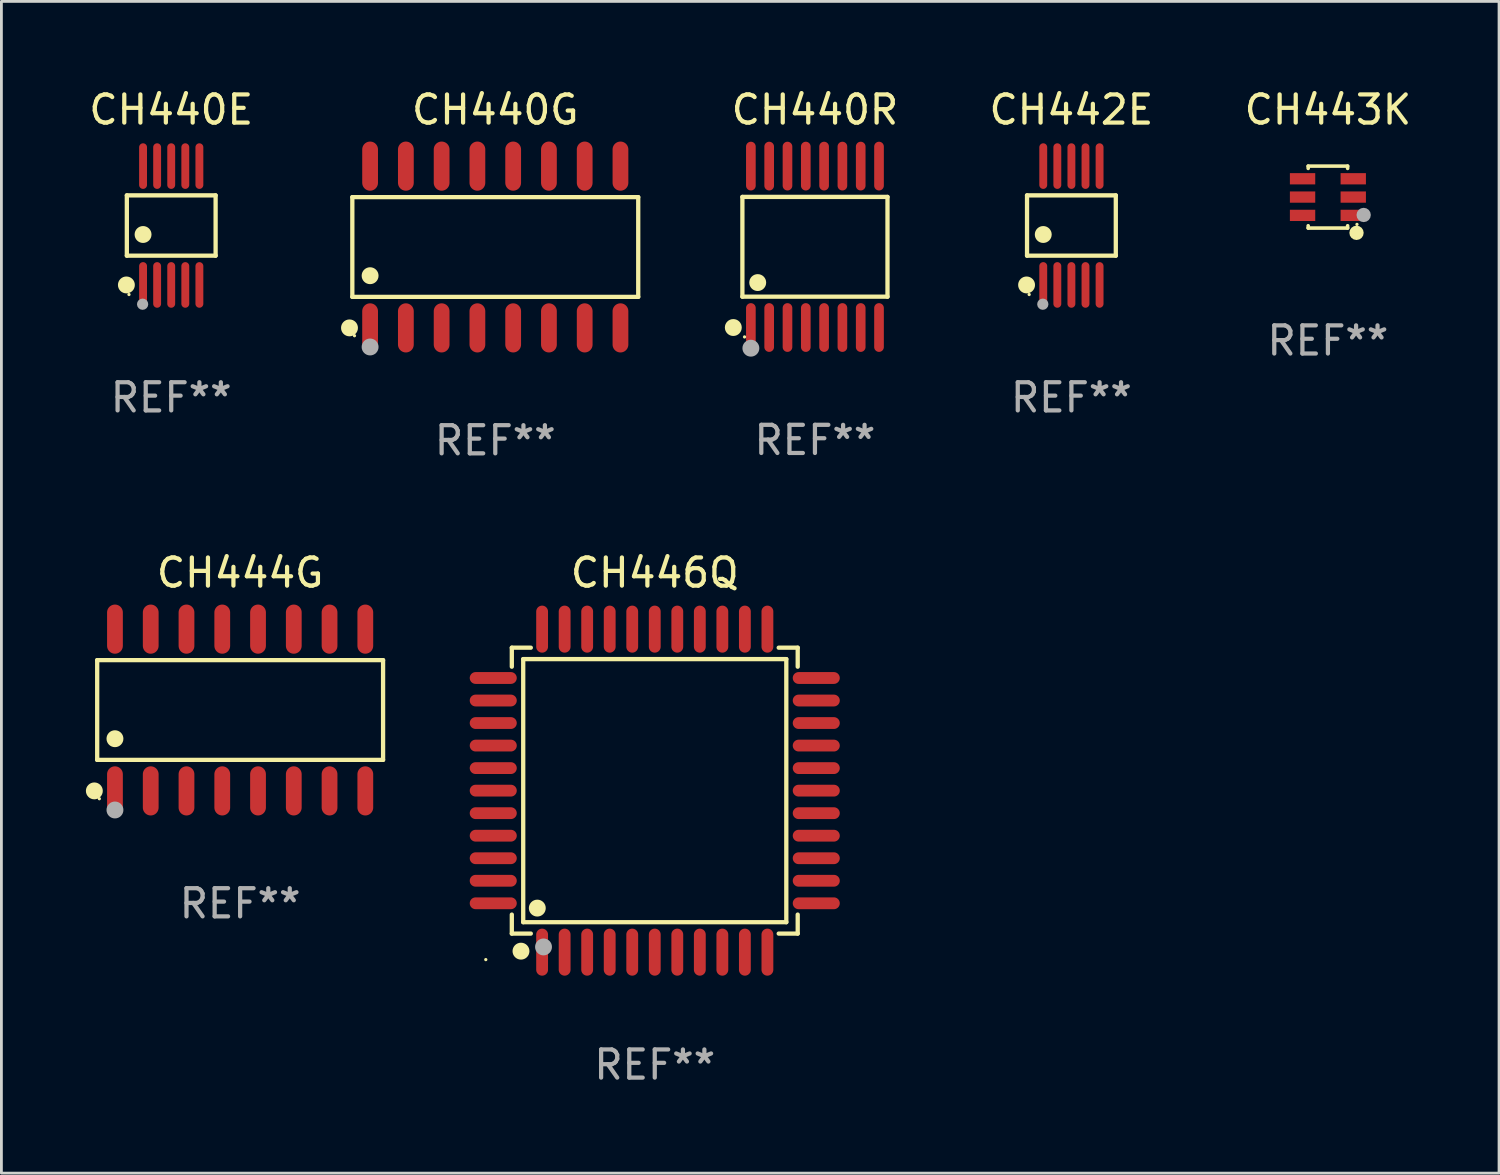
<source format=kicad_pcb>
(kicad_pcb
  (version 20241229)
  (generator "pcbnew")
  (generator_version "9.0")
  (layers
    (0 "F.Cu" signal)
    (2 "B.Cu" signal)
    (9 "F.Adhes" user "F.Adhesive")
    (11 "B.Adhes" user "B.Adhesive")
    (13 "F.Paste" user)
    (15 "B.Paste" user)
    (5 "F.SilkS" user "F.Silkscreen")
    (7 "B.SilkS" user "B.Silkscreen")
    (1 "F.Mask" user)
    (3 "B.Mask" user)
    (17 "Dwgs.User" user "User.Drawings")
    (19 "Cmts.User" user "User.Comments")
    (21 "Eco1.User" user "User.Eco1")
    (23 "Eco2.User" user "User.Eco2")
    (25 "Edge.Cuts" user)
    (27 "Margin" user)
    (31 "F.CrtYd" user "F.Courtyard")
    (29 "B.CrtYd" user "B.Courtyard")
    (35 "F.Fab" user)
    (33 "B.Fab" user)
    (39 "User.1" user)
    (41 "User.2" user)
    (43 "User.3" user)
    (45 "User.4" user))
  (footprint "CH440E"
    (layer "F.Cu")
    (at 3.03 4.958)
    (property "Reference" "CH440E" (at 0 -4.11 0) (layer "F.SilkS") (effects (font (size 1 1) (thickness 0.15))))
    (attr through_hole)
    (fp_line (start -1.576 -1.071) (end 1.576 -1.071) (stroke (width 0.152) (type solid)) (layer "F.SilkS"))
    (fp_line (start -1.576 1.071) (end -1.576 -1.071) (stroke (width 0.152) (type solid)) (layer "F.SilkS"))
    (fp_line (start 1.576 -1.071) (end 1.576 1.071) (stroke (width 0.152) (type solid)) (layer "F.SilkS"))
    (fp_line (start 1.576 1.071) (end -1.576 1.071) (stroke (width 0.152) (type solid)) (layer "F.SilkS"))
    (fp_circle (center -1.592 2.11) (end -1.442 2.11) (stroke (width 0.3) (type solid)) (fill no) (layer "F.SilkS"))
    (fp_circle (center -1.5 2.45) (end -1.47 2.45) (stroke (width 0.06) (type solid)) (fill no) (layer "F.SilkS"))
    (fp_circle (center -1 0.319) (end -0.85 0.319) (stroke (width 0.3) (type solid)) (fill no) (layer "F.SilkS"))
    (fp_circle (center -1.016 2.794) (end -0.916 2.794) (stroke (width 0.2) (type solid)) (fill no) (layer "F.Fab"))
    (fp_text user "REF**" (at 0 6.11 0) (layer "F.Fab") (effects (font (size 1 1) (thickness 0.15))))
    (pad "1" smd oval (at -1 2.11) (size 0.28 1.62) (layers "F.Cu" "F.Mask" "F.Paste"))
    (pad "2" smd oval (at -0.5 2.11) (size 0.28 1.62) (layers "F.Cu" "F.Mask" "F.Paste"))
    (pad "3" smd oval (at 0 2.11) (size 0.28 1.62) (layers "F.Cu" "F.Mask" "F.Paste"))
    (pad "4" smd oval (at 0.5 2.11) (size 0.28 1.62) (layers "F.Cu" "F.Mask" "F.Paste"))
    (pad "5" smd oval (at 1 2.11) (size 0.28 1.62) (layers "F.Cu" "F.Mask" "F.Paste"))
    (pad "6" smd oval (at 1 -2.11) (size 0.28 1.62) (layers "F.Cu" "F.Mask" "F.Paste"))
    (pad "7" smd oval (at 0.5 -2.11) (size 0.28 1.62) (layers "F.Cu" "F.Mask" "F.Paste"))
    (pad "8" smd oval (at 0 -2.11) (size 0.28 1.62) (layers "F.Cu" "F.Mask" "F.Paste"))
    (pad "9" smd oval (at -0.5 -2.11) (size 0.28 1.62) (layers "F.Cu" "F.Mask" "F.Paste"))
    (pad "10" smd oval (at -1 -2.11) (size 0.28 1.62) (layers "F.Cu" "F.Mask" "F.Paste")))
  (footprint "CH440G"
    (layer "F.Cu")
    (at 14.537 5.721)
    (property "Reference" "CH440G" (at 0 -4.872 0) (layer "F.SilkS") (effects (font (size 1 1) (thickness 0.15))))
    (attr through_hole)
    (fp_line (start -5.076 -1.771) (end 5.076 -1.771) (stroke (width 0.152) (type solid)) (layer "F.SilkS"))
    (fp_line (start -5.076 1.771) (end -5.076 -1.771) (stroke (width 0.152) (type solid)) (layer "F.SilkS"))
    (fp_line (start 5.076 -1.771) (end 5.076 1.771) (stroke (width 0.152) (type solid)) (layer "F.SilkS"))
    (fp_line (start 5.076 1.771) (end -5.076 1.771) (stroke (width 0.152) (type solid)) (layer "F.SilkS"))
    (fp_circle (center -5.177 2.872) (end -5.027 2.872) (stroke (width 0.3) (type solid)) (fill no) (layer "F.SilkS"))
    (fp_circle (center -5 3.15) (end -4.97 3.15) (stroke (width 0.06) (type solid)) (fill no) (layer "F.SilkS"))
    (fp_circle (center -4.445 1.019) (end -4.295 1.019) (stroke (width 0.3) (type solid)) (fill no) (layer "F.SilkS"))
    (fp_circle (center -4.445 3.55) (end -4.295 3.55) (stroke (width 0.3) (type solid)) (fill no) (layer "F.Fab"))
    (fp_text user "REF**" (at 0 6.872 0) (layer "F.Fab") (effects (font (size 1 1) (thickness 0.15))))
    (pad "1" smd oval (at -4.445 2.872) (size 0.56 1.745) (layers "F.Cu" "F.Mask" "F.Paste"))
    (pad "2" smd oval (at -3.175 2.872) (size 0.56 1.745) (layers "F.Cu" "F.Mask" "F.Paste"))
    (pad "3" smd oval (at -1.905 2.872) (size 0.56 1.745) (layers "F.Cu" "F.Mask" "F.Paste"))
    (pad "4" smd oval (at -0.635 2.872) (size 0.56 1.745) (layers "F.Cu" "F.Mask" "F.Paste"))
    (pad "5" smd oval (at 0.635 2.872) (size 0.56 1.745) (layers "F.Cu" "F.Mask" "F.Paste"))
    (pad "6" smd oval (at 1.905 2.872) (size 0.56 1.745) (layers "F.Cu" "F.Mask" "F.Paste"))
    (pad "7" smd oval (at 3.175 2.872) (size 0.56 1.745) (layers "F.Cu" "F.Mask" "F.Paste"))
    (pad "8" smd oval (at 4.445 2.872) (size 0.56 1.745) (layers "F.Cu" "F.Mask" "F.Paste"))
    (pad "9" smd oval (at 4.445 -2.872) (size 0.56 1.745) (layers "F.Cu" "F.Mask" "F.Paste"))
    (pad "10" smd oval (at 3.175 -2.872) (size 0.56 1.745) (layers "F.Cu" "F.Mask" "F.Paste"))
    (pad "11" smd oval (at 1.905 -2.872) (size 0.56 1.745) (layers "F.Cu" "F.Mask" "F.Paste"))
    (pad "12" smd oval (at 0.635 -2.872) (size 0.56 1.745) (layers "F.Cu" "F.Mask" "F.Paste"))
    (pad "13" smd oval (at -0.635 -2.872) (size 0.56 1.745) (layers "F.Cu" "F.Mask" "F.Paste"))
    (pad "14" smd oval (at -1.905 -2.872) (size 0.56 1.745) (layers "F.Cu" "F.Mask" "F.Paste"))
    (pad "15" smd oval (at -3.175 -2.872) (size 0.56 1.745) (layers "F.Cu" "F.Mask" "F.Paste"))
    (pad "16" smd oval (at -4.445 -2.872) (size 0.56 1.745) (layers "F.Cu" "F.Mask" "F.Paste")))
  (footprint "CH440R"
    (layer "F.Cu")
    (at 25.888 5.714)
    (property "Reference" "CH440R" (at 0 -4.866 0) (layer "F.SilkS") (effects (font (size 1 1) (thickness 0.15))))
    (attr through_hole)
    (fp_line (start -2.576 -1.772) (end 2.576 -1.772) (stroke (width 0.152) (type solid)) (layer "F.SilkS"))
    (fp_line (start -2.576 1.771) (end -2.576 -1.772) (stroke (width 0.152) (type solid)) (layer "F.SilkS"))
    (fp_line (start 2.576 -1.772) (end 2.576 1.771) (stroke (width 0.152) (type solid)) (layer "F.SilkS"))
    (fp_line (start 2.576 1.771) (end -2.576 1.771) (stroke (width 0.152) (type solid)) (layer "F.SilkS"))
    (fp_circle (center -2.899 2.866) (end -2.749 2.866) (stroke (width 0.3) (type solid)) (fill no) (layer "F.SilkS"))
    (fp_circle (center -2.5 3.2) (end -2.47 3.2) (stroke (width 0.06) (type solid)) (fill no) (layer "F.SilkS"))
    (fp_circle (center -2.032 1.27) (end -1.882 1.27) (stroke (width 0.3) (type solid)) (fill no) (layer "F.SilkS"))
    (fp_circle (center -2.275 3.6) (end -2.125 3.6) (stroke (width 0.3) (type solid)) (fill no) (layer "F.Fab"))
    (fp_text user "REF**" (at 0 6.866 0) (layer "F.Fab") (effects (font (size 1 1) (thickness 0.15))))
    (pad "1" smd oval (at -2.275 2.866) (size 0.343 1.731) (layers "F.Cu" "F.Mask" "F.Paste"))
    (pad "2" smd oval (at -1.625 2.866) (size 0.343 1.731) (layers "F.Cu" "F.Mask" "F.Paste"))
    (pad "3" smd oval (at -0.975 2.866) (size 0.343 1.731) (layers "F.Cu" "F.Mask" "F.Paste"))
    (pad "4" smd oval (at -0.325 2.866) (size 0.343 1.731) (layers "F.Cu" "F.Mask" "F.Paste"))
    (pad "5" smd oval (at 0.325 2.866) (size 0.343 1.731) (layers "F.Cu" "F.Mask" "F.Paste"))
    (pad "6" smd oval (at 0.975 2.866) (size 0.343 1.731) (layers "F.Cu" "F.Mask" "F.Paste"))
    (pad "7" smd oval (at 1.625 2.866) (size 0.343 1.731) (layers "F.Cu" "F.Mask" "F.Paste"))
    (pad "8" smd oval (at 2.275 2.866) (size 0.343 1.731) (layers "F.Cu" "F.Mask" "F.Paste"))
    (pad "9" smd oval (at 2.275 -2.866) (size 0.343 1.731) (layers "F.Cu" "F.Mask" "F.Paste"))
    (pad "10" smd oval (at 1.625 -2.866) (size 0.343 1.731) (layers "F.Cu" "F.Mask" "F.Paste"))
    (pad "11" smd oval (at 0.975 -2.866) (size 0.343 1.731) (layers "F.Cu" "F.Mask" "F.Paste"))
    (pad "12" smd oval (at 0.325 -2.866) (size 0.343 1.731) (layers "F.Cu" "F.Mask" "F.Paste"))
    (pad "13" smd oval (at -0.325 -2.866) (size 0.343 1.731) (layers "F.Cu" "F.Mask" "F.Paste"))
    (pad "14" smd oval (at -0.975 -2.866) (size 0.343 1.731) (layers "F.Cu" "F.Mask" "F.Paste"))
    (pad "15" smd oval (at -1.625 -2.866) (size 0.343 1.731) (layers "F.Cu" "F.Mask" "F.Paste"))
    (pad "16" smd oval (at -2.275 -2.866) (size 0.343 1.731) (layers "F.Cu" "F.Mask" "F.Paste")))
  (footprint "CH446Q"
    (layer "F.Cu")
    (at 20.2 25.025)
    (property "Reference" "CH446Q" (at 0 -7.735 0) (layer "F.SilkS") (effects (font (size 1 1) (thickness 0.15))))
    (attr through_hole)
    (fp_line (start -5.076 -5.076) (end -4.401 -5.076) (stroke (width 0.152) (type solid)) (layer "F.SilkS"))
    (fp_line (start -5.076 -4.401) (end -5.076 -5.076) (stroke (width 0.152) (type solid)) (layer "F.SilkS"))
    (fp_line (start -5.076 4.401) (end -5.076 5.076) (stroke (width 0.152) (type solid)) (layer "F.SilkS"))
    (fp_line (start -5.076 5.076) (end -4.401 5.076) (stroke (width 0.152) (type solid)) (layer "F.SilkS"))
    (fp_line (start -4.671 -4.671) (end 4.671 -4.671) (stroke (width 0.152) (type solid)) (layer "F.SilkS"))
    (fp_line (start -4.671 4.671) (end -4.671 -4.671) (stroke (width 0.152) (type solid)) (layer "F.SilkS"))
    (fp_line (start 4.671 -4.671) (end 4.671 4.671) (stroke (width 0.152) (type solid)) (layer "F.SilkS"))
    (fp_line (start 4.671 4.671) (end -4.671 4.671) (stroke (width 0.152) (type solid)) (layer "F.SilkS"))
    (fp_line (start 5.076 -5.076) (end 4.401 -5.076) (stroke (width 0.152) (type solid)) (layer "F.SilkS"))
    (fp_line (start 5.076 -4.401) (end 5.076 -5.076) (stroke (width 0.152) (type solid)) (layer "F.SilkS"))
    (fp_line (start 5.076 4.401) (end 5.076 5.076) (stroke (width 0.152) (type solid)) (layer "F.SilkS"))
    (fp_line (start 5.076 5.076) (end 4.401 5.076) (stroke (width 0.152) (type solid)) (layer "F.SilkS"))
    (fp_circle (center -6 6) (end -5.97 6) (stroke (width 0.06) (type solid)) (fill no) (layer "F.SilkS"))
    (fp_circle (center -4.75 5.7) (end -4.6 5.7) (stroke (width 0.3) (type solid)) (fill no) (layer "F.SilkS"))
    (fp_circle (center -4.171 4.171) (end -4.021 4.171) (stroke (width 0.3) (type solid)) (fill no) (layer "F.SilkS"))
    (fp_circle (center -3.95 5.55) (end -3.8 5.55) (stroke (width 0.3) (type solid)) (fill no) (layer "F.Fab"))
    (fp_text user "REF**" (at 0 9.735 0) (layer "F.Fab") (effects (font (size 1 1) (thickness 0.15))))
    (pad "1" smd oval (at -4 5.735) (size 0.42 1.67) (layers "F.Cu" "F.Mask" "F.Paste"))
    (pad "2" smd oval (at -3.2 5.735) (size 0.42 1.67) (layers "F.Cu" "F.Mask" "F.Paste"))
    (pad "3" smd oval (at -2.4 5.735) (size 0.42 1.67) (layers "F.Cu" "F.Mask" "F.Paste"))
    (pad "4" smd oval (at -1.6 5.735) (size 0.42 1.67) (layers "F.Cu" "F.Mask" "F.Paste"))
    (pad "5" smd oval (at -0.8 5.735) (size 0.42 1.67) (layers "F.Cu" "F.Mask" "F.Paste"))
    (pad "6" smd oval (at 0 5.735) (size 0.42 1.67) (layers "F.Cu" "F.Mask" "F.Paste"))
    (pad "7" smd oval (at 0.8 5.735) (size 0.42 1.67) (layers "F.Cu" "F.Mask" "F.Paste"))
    (pad "8" smd oval (at 1.6 5.735) (size 0.42 1.67) (layers "F.Cu" "F.Mask" "F.Paste"))
    (pad "9" smd oval (at 2.4 5.735) (size 0.42 1.67) (layers "F.Cu" "F.Mask" "F.Paste"))
    (pad "10" smd oval (at 3.2 5.735) (size 0.42 1.67) (layers "F.Cu" "F.Mask" "F.Paste"))
    (pad "11" smd oval (at 4 5.735) (size 0.42 1.67) (layers "F.Cu" "F.Mask" "F.Paste"))
    (pad "12" smd oval (at 5.735 4) (size 1.67 0.42) (layers "F.Cu" "F.Mask" "F.Paste"))
    (pad "13" smd oval (at 5.735 3.2) (size 1.67 0.42) (layers "F.Cu" "F.Mask" "F.Paste"))
    (pad "14" smd oval (at 5.735 2.4) (size 1.67 0.42) (layers "F.Cu" "F.Mask" "F.Paste"))
    (pad "15" smd oval (at 5.735 1.6) (size 1.67 0.42) (layers "F.Cu" "F.Mask" "F.Paste"))
    (pad "16" smd oval (at 5.735 0.8) (size 1.67 0.42) (layers "F.Cu" "F.Mask" "F.Paste"))
    (pad "17" smd oval (at 5.735 0) (size 1.67 0.42) (layers "F.Cu" "F.Mask" "F.Paste"))
    (pad "18" smd oval (at 5.735 -0.8) (size 1.67 0.42) (layers "F.Cu" "F.Mask" "F.Paste"))
    (pad "19" smd oval (at 5.735 -1.6) (size 1.67 0.42) (layers "F.Cu" "F.Mask" "F.Paste"))
    (pad "20" smd oval (at 5.735 -2.4) (size 1.67 0.42) (layers "F.Cu" "F.Mask" "F.Paste"))
    (pad "21" smd oval (at 5.735 -3.2) (size 1.67 0.42) (layers "F.Cu" "F.Mask" "F.Paste"))
    (pad "22" smd oval (at 5.735 -4) (size 1.67 0.42) (layers "F.Cu" "F.Mask" "F.Paste"))
    (pad "23" smd oval (at 4 -5.735) (size 0.42 1.67) (layers "F.Cu" "F.Mask" "F.Paste"))
    (pad "24" smd oval (at 3.2 -5.735) (size 0.42 1.67) (layers "F.Cu" "F.Mask" "F.Paste"))
    (pad "25" smd oval (at 2.4 -5.735) (size 0.42 1.67) (layers "F.Cu" "F.Mask" "F.Paste"))
    (pad "26" smd oval (at 1.6 -5.735) (size 0.42 1.67) (layers "F.Cu" "F.Mask" "F.Paste"))
    (pad "27" smd oval (at 0.8 -5.735) (size 0.42 1.67) (layers "F.Cu" "F.Mask" "F.Paste"))
    (pad "28" smd oval (at 0 -5.735) (size 0.42 1.67) (layers "F.Cu" "F.Mask" "F.Paste"))
    (pad "29" smd oval (at -0.8 -5.735) (size 0.42 1.67) (layers "F.Cu" "F.Mask" "F.Paste"))
    (pad "30" smd oval (at -1.6 -5.735) (size 0.42 1.67) (layers "F.Cu" "F.Mask" "F.Paste"))
    (pad "31" smd oval (at -2.4 -5.735) (size 0.42 1.67) (layers "F.Cu" "F.Mask" "F.Paste"))
    (pad "32" smd oval (at -3.2 -5.735) (size 0.42 1.67) (layers "F.Cu" "F.Mask" "F.Paste"))
    (pad "33" smd oval (at -4 -5.735) (size 0.42 1.67) (layers "F.Cu" "F.Mask" "F.Paste"))
    (pad "34" smd oval (at -5.735 -4) (size 1.67 0.42) (layers "F.Cu" "F.Mask" "F.Paste"))
    (pad "35" smd oval (at -5.735 -3.2) (size 1.67 0.42) (layers "F.Cu" "F.Mask" "F.Paste"))
    (pad "36" smd oval (at -5.735 -2.4) (size 1.67 0.42) (layers "F.Cu" "F.Mask" "F.Paste"))
    (pad "37" smd oval (at -5.735 -1.6) (size 1.67 0.42) (layers "F.Cu" "F.Mask" "F.Paste"))
    (pad "38" smd oval (at -5.735 -0.8) (size 1.67 0.42) (layers "F.Cu" "F.Mask" "F.Paste"))
    (pad "39" smd oval (at -5.735 0) (size 1.67 0.42) (layers "F.Cu" "F.Mask" "F.Paste"))
    (pad "40" smd oval (at -5.735 0.8) (size 1.67 0.42) (layers "F.Cu" "F.Mask" "F.Paste"))
    (pad "41" smd oval (at -5.735 1.6) (size 1.67 0.42) (layers "F.Cu" "F.Mask" "F.Paste"))
    (pad "42" smd oval (at -5.735 2.4) (size 1.67 0.42) (layers "F.Cu" "F.Mask" "F.Paste"))
    (pad "43" smd oval (at -5.735 3.2) (size 1.67 0.42) (layers "F.Cu" "F.Mask" "F.Paste"))
    (pad "44" smd oval (at -5.735 4) (size 1.67 0.42) (layers "F.Cu" "F.Mask" "F.Paste")))
  (footprint "CH443K"
    (layer "F.Cu")
    (at 44.103 3.948)
    (property "Reference" "CH443K" (at 0 -3.1 0) (layer "F.SilkS") (effects (font (size 1 1) (thickness 0.15))))
    (attr through_hole)
    (fp_line (start -0.7 -1.018) (end -0.7 -1.1) (stroke (width 0.127) (type solid)) (layer "F.SilkS"))
    (fp_line (start -0.7 1.1) (end -0.7 1.018) (stroke (width 0.127) (type solid)) (layer "F.SilkS"))
    (fp_line (start 0.7 -1.1) (end -0.7 -1.1) (stroke (width 0.127) (type solid)) (layer "F.SilkS"))
    (fp_line (start 0.7 -1.018) (end 0.7 -1.1) (stroke (width 0.127) (type solid)) (layer "F.SilkS"))
    (fp_line (start 0.7 1.1) (end -0.7 1.1) (stroke (width 0.127) (type solid)) (layer "F.SilkS"))
    (fp_line (start 0.7 1.1) (end 0.7 1.018) (stroke (width 0.127) (type solid)) (layer "F.SilkS"))
    (fp_circle (center 1.016 1.27) (end 1.143 1.27) (stroke (width 0.254) (type solid)) (fill no) (layer "F.SilkS"))
    (fp_circle (center 1.032 0.97) (end 1.062 0.97) (stroke (width 0.06) (type solid)) (fill no) (layer "F.SilkS"))
    (fp_circle (center 1.27 0.635) (end 1.397 0.635) (stroke (width 0.254) (type solid)) (fill no) (layer "F.Fab"))
    (fp_text user "REF**" (at 0 5.1 0) (layer "F.Fab") (effects (font (size 1 1) (thickness 0.15))))
    (pad "1" smd rect (at 0.9 0.65 90) (size 0.4 0.9) (layers "F.Cu" "F.Mask" "F.Paste"))
    (pad "2" smd rect (at 0.9 -0.000102 90) (size 0.4 0.9) (layers "F.Cu" "F.Mask" "F.Paste"))
    (pad "3" smd rect (at 0.9 -0.65 90) (size 0.4 0.9) (layers "F.Cu" "F.Mask" "F.Paste"))
    (pad "4" smd rect (at -0.9 -0.65 90) (size 0.4 0.9) (layers "F.Cu" "F.Mask" "F.Paste"))
    (pad "5" smd rect (at -0.9 -0.000102 90) (size 0.4 0.9) (layers "F.Cu" "F.Mask" "F.Paste"))
    (pad "6" smd rect (at -0.9 0.65 90) (size 0.4 0.9) (layers "F.Cu" "F.Mask" "F.Paste")))
  (footprint "CH442E"
    (layer "F.Cu")
    (at 34.995 4.958)
    (property "Reference" "CH442E" (at 0 -4.11 0) (layer "F.SilkS") (effects (font (size 1 1) (thickness 0.15))))
    (attr through_hole)
    (fp_line (start -1.576 -1.071) (end 1.576 -1.071) (stroke (width 0.152) (type solid)) (layer "F.SilkS"))
    (fp_line (start -1.576 1.071) (end -1.576 -1.071) (stroke (width 0.152) (type solid)) (layer "F.SilkS"))
    (fp_line (start 1.576 -1.071) (end 1.576 1.071) (stroke (width 0.152) (type solid)) (layer "F.SilkS"))
    (fp_line (start 1.576 1.071) (end -1.576 1.071) (stroke (width 0.152) (type solid)) (layer "F.SilkS"))
    (fp_circle (center -1.592 2.11) (end -1.442 2.11) (stroke (width 0.3) (type solid)) (fill no) (layer "F.SilkS"))
    (fp_circle (center -1.5 2.45) (end -1.47 2.45) (stroke (width 0.06) (type solid)) (fill no) (layer "F.SilkS"))
    (fp_circle (center -1 0.319) (end -0.85 0.319) (stroke (width 0.3) (type solid)) (fill no) (layer "F.SilkS"))
    (fp_circle (center -1.016 2.794) (end -0.916 2.794) (stroke (width 0.2) (type solid)) (fill no) (layer "F.Fab"))
    (fp_text user "REF**" (at 0 6.11 0) (layer "F.Fab") (effects (font (size 1 1) (thickness 0.15))))
    (pad "1" smd oval (at -1 2.11) (size 0.28 1.62) (layers "F.Cu" "F.Mask" "F.Paste"))
    (pad "2" smd oval (at -0.5 2.11) (size 0.28 1.62) (layers "F.Cu" "F.Mask" "F.Paste"))
    (pad "3" smd oval (at 0 2.11) (size 0.28 1.62) (layers "F.Cu" "F.Mask" "F.Paste"))
    (pad "4" smd oval (at 0.5 2.11) (size 0.28 1.62) (layers "F.Cu" "F.Mask" "F.Paste"))
    (pad "5" smd oval (at 1 2.11) (size 0.28 1.62) (layers "F.Cu" "F.Mask" "F.Paste"))
    (pad "6" smd oval (at 1 -2.11) (size 0.28 1.62) (layers "F.Cu" "F.Mask" "F.Paste"))
    (pad "7" smd oval (at 0.5 -2.11) (size 0.28 1.62) (layers "F.Cu" "F.Mask" "F.Paste"))
    (pad "8" smd oval (at 0 -2.11) (size 0.28 1.62) (layers "F.Cu" "F.Mask" "F.Paste"))
    (pad "9" smd oval (at -0.5 -2.11) (size 0.28 1.62) (layers "F.Cu" "F.Mask" "F.Paste"))
    (pad "10" smd oval (at -1 -2.11) (size 0.28 1.62) (layers "F.Cu" "F.Mask" "F.Paste")))
  (footprint "CH444G"
    (layer "F.Cu")
    (at 5.477 22.162)
    (property "Reference" "CH444G" (at 0 -4.872 0) (layer "F.SilkS") (effects (font (size 1 1) (thickness 0.15))))
    (attr through_hole)
    (fp_line (start -5.076 -1.771) (end 5.076 -1.771) (stroke (width 0.152) (type solid)) (layer "F.SilkS"))
    (fp_line (start -5.076 1.771) (end -5.076 -1.771) (stroke (width 0.152) (type solid)) (layer "F.SilkS"))
    (fp_line (start 5.076 -1.771) (end 5.076 1.771) (stroke (width 0.152) (type solid)) (layer "F.SilkS"))
    (fp_line (start 5.076 1.771) (end -5.076 1.771) (stroke (width 0.152) (type solid)) (layer "F.SilkS"))
    (fp_circle (center -5.177 2.872) (end -5.027 2.872) (stroke (width 0.3) (type solid)) (fill no) (layer "F.SilkS"))
    (fp_circle (center -5 3.15) (end -4.97 3.15) (stroke (width 0.06) (type solid)) (fill no) (layer "F.SilkS"))
    (fp_circle (center -4.445 1.019) (end -4.295 1.019) (stroke (width 0.3) (type solid)) (fill no) (layer "F.SilkS"))
    (fp_circle (center -4.445 3.55) (end -4.295 3.55) (stroke (width 0.3) (type solid)) (fill no) (layer "F.Fab"))
    (fp_text user "REF**" (at 0 6.872 0) (layer "F.Fab") (effects (font (size 1 1) (thickness 0.15))))
    (pad "1" smd oval (at -4.445 2.872) (size 0.56 1.745) (layers "F.Cu" "F.Mask" "F.Paste"))
    (pad "2" smd oval (at -3.175 2.872) (size 0.56 1.745) (layers "F.Cu" "F.Mask" "F.Paste"))
    (pad "3" smd oval (at -1.905 2.872) (size 0.56 1.745) (layers "F.Cu" "F.Mask" "F.Paste"))
    (pad "4" smd oval (at -0.635 2.872) (size 0.56 1.745) (layers "F.Cu" "F.Mask" "F.Paste"))
    (pad "5" smd oval (at 0.635 2.872) (size 0.56 1.745) (layers "F.Cu" "F.Mask" "F.Paste"))
    (pad "6" smd oval (at 1.905 2.872) (size 0.56 1.745) (layers "F.Cu" "F.Mask" "F.Paste"))
    (pad "7" smd oval (at 3.175 2.872) (size 0.56 1.745) (layers "F.Cu" "F.Mask" "F.Paste"))
    (pad "8" smd oval (at 4.445 2.872) (size 0.56 1.745) (layers "F.Cu" "F.Mask" "F.Paste"))
    (pad "9" smd oval (at 4.445 -2.872) (size 0.56 1.745) (layers "F.Cu" "F.Mask" "F.Paste"))
    (pad "10" smd oval (at 3.175 -2.872) (size 0.56 1.745) (layers "F.Cu" "F.Mask" "F.Paste"))
    (pad "11" smd oval (at 1.905 -2.872) (size 0.56 1.745) (layers "F.Cu" "F.Mask" "F.Paste"))
    (pad "12" smd oval (at 0.635 -2.872) (size 0.56 1.745) (layers "F.Cu" "F.Mask" "F.Paste"))
    (pad "13" smd oval (at -0.635 -2.872) (size 0.56 1.745) (layers "F.Cu" "F.Mask" "F.Paste"))
    (pad "14" smd oval (at -1.905 -2.872) (size 0.56 1.745) (layers "F.Cu" "F.Mask" "F.Paste"))
    (pad "15" smd oval (at -3.175 -2.872) (size 0.56 1.745) (layers "F.Cu" "F.Mask" "F.Paste"))
    (pad "16" smd oval (at -4.445 -2.872) (size 0.56 1.745) (layers "F.Cu" "F.Mask" "F.Paste")))
  (gr_rect
    (start -3 -3)
    (end 50.18 38.608)
    (stroke (width 0.1) (type default))
    (fill no)
    (layer "Edge.Cuts")))
</source>
